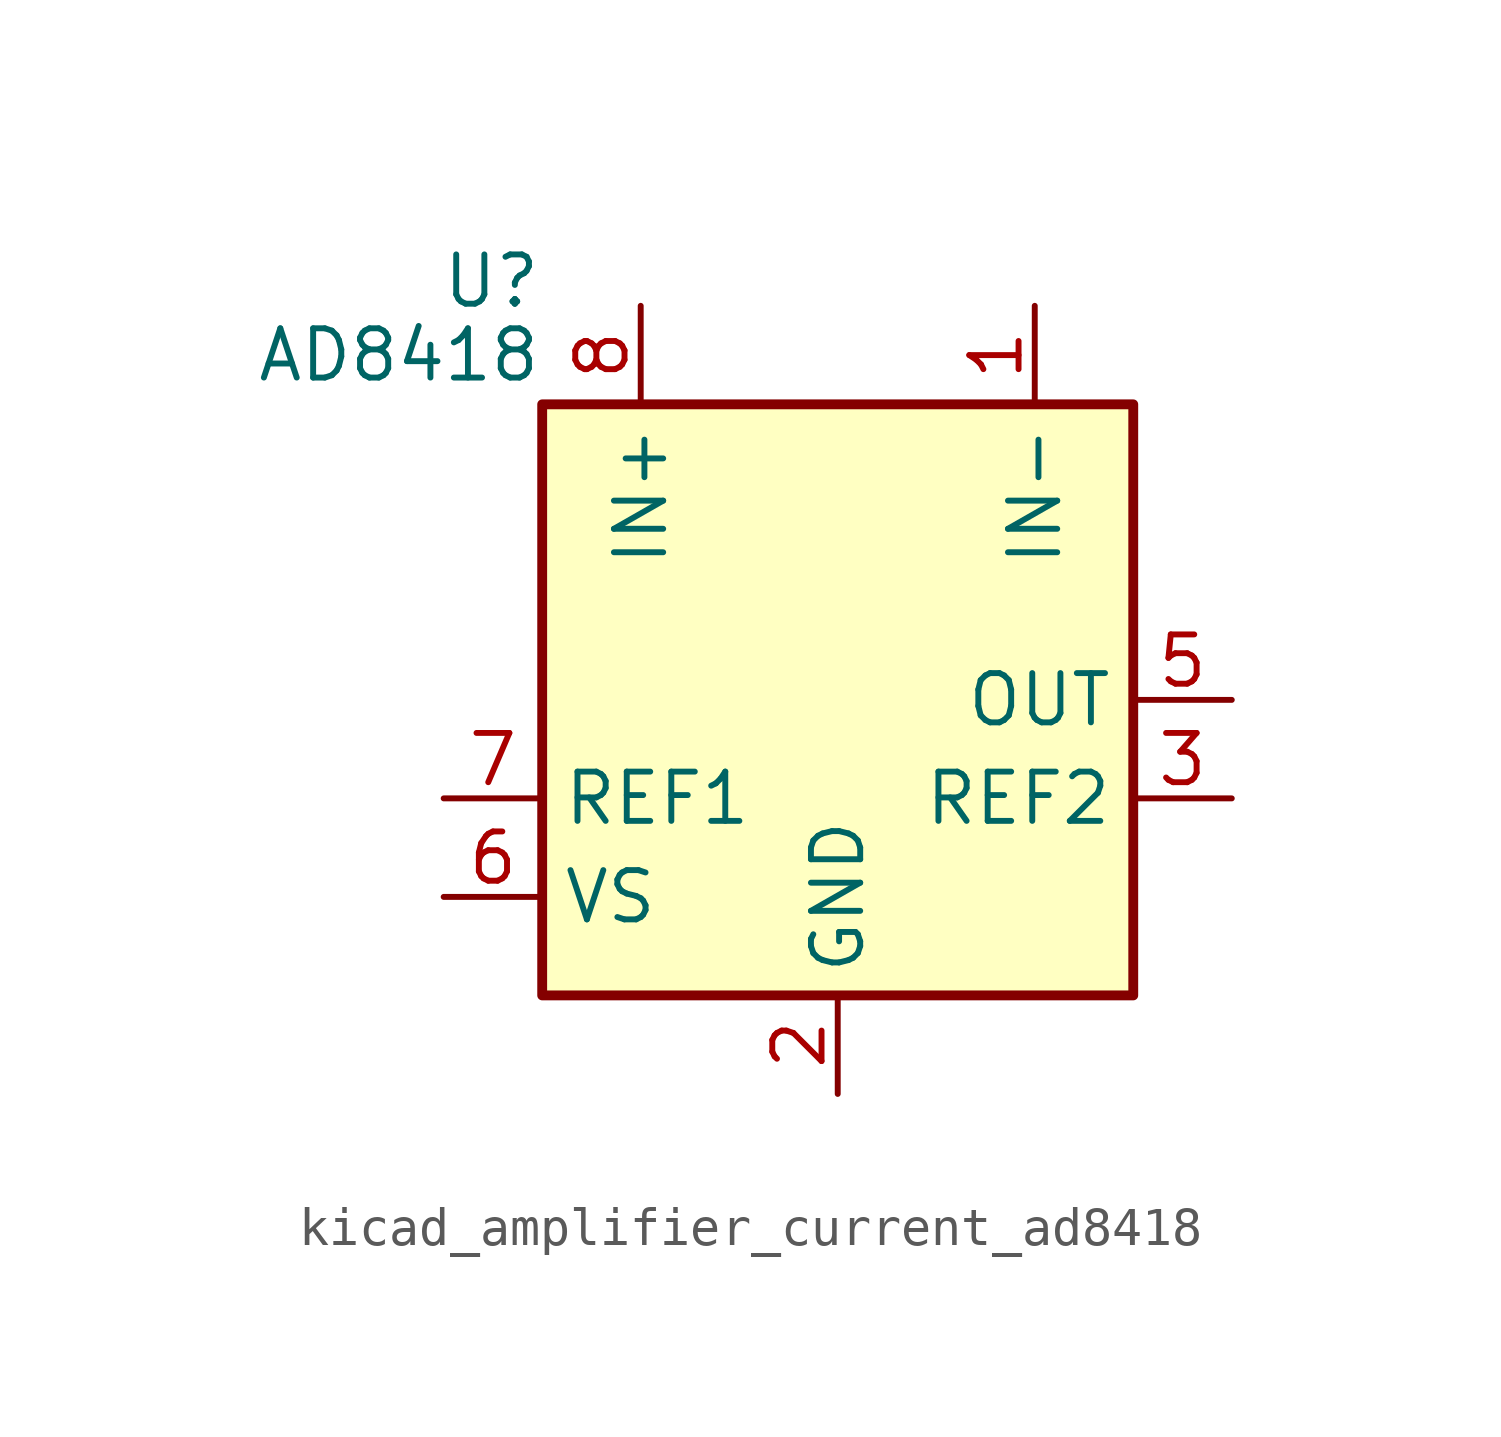
<source format=kicad_sym>
(kicad_symbol_lib
  (version 20220914)
  (generator kicad_symbol_editor)
  (symbol "kicad_amplifier_current_ad8418"
    (property "Reference" "U"
      (at -7.62 10.795 0)
      (effects (font (size 1.27 1.27)) (justify right)))
    (property "Value" "AD8418"
      (at -7.62 8.89 0)
      (effects (font (size 1.27 1.27)) (justify right)))
    (symbol "kicad_amplifier_current_ad8418_0_1"
      (rectangle (start -7.62 7.62) (end 7.62 -7.62) (stroke (width 0.254) (type default)) (fill (type background))))
    (symbol "kicad_amplifier_current_ad8418_1_1"
      (pin input line (at 5.08 10.16 270) (length 2.54) (name "IN-" (effects (font (size 1.27 1.27)))) (number "1" (effects (font (size 1.27 1.27)))))
      (pin power_in line (at 0 -10.16 90) (length 2.54) (name "GND" (effects (font (size 1.27 1.27)))) (number "2" (effects (font (size 1.27 1.27)))))
      (pin input line (at 10.16 -2.54 180) (length 2.54) (name "REF2" (effects (font (size 1.27 1.27)))) (number "3" (effects (font (size 1.27 1.27)))))
      (pin no_connect line (at 2.54 -7.62 90) (length 2.54) hide (name "NC" (effects (font (size 1.27 1.27)))) (number "4" (effects (font (size 1.27 1.27)))))
      (pin output line (at 10.16 0 180) (length 2.54) (name "OUT" (effects (font (size 1.27 1.27)))) (number "5" (effects (font (size 1.27 1.27)))))
      (pin power_in line (at -10.16 -5.08 0) (length 2.54) (name "VS" (effects (font (size 1.27 1.27)))) (number "6" (effects (font (size 1.27 1.27)))))
      (pin input line (at -10.16 -2.54 0) (length 2.54) (name "REF1" (effects (font (size 1.27 1.27)))) (number "7" (effects (font (size 1.27 1.27)))))
      (pin input line (at -5.08 10.16 270) (length 2.54) (name "IN+" (effects (font (size 1.27 1.27)))) (number "8" (effects (font (size 1.27 1.27))))))))
</source>
